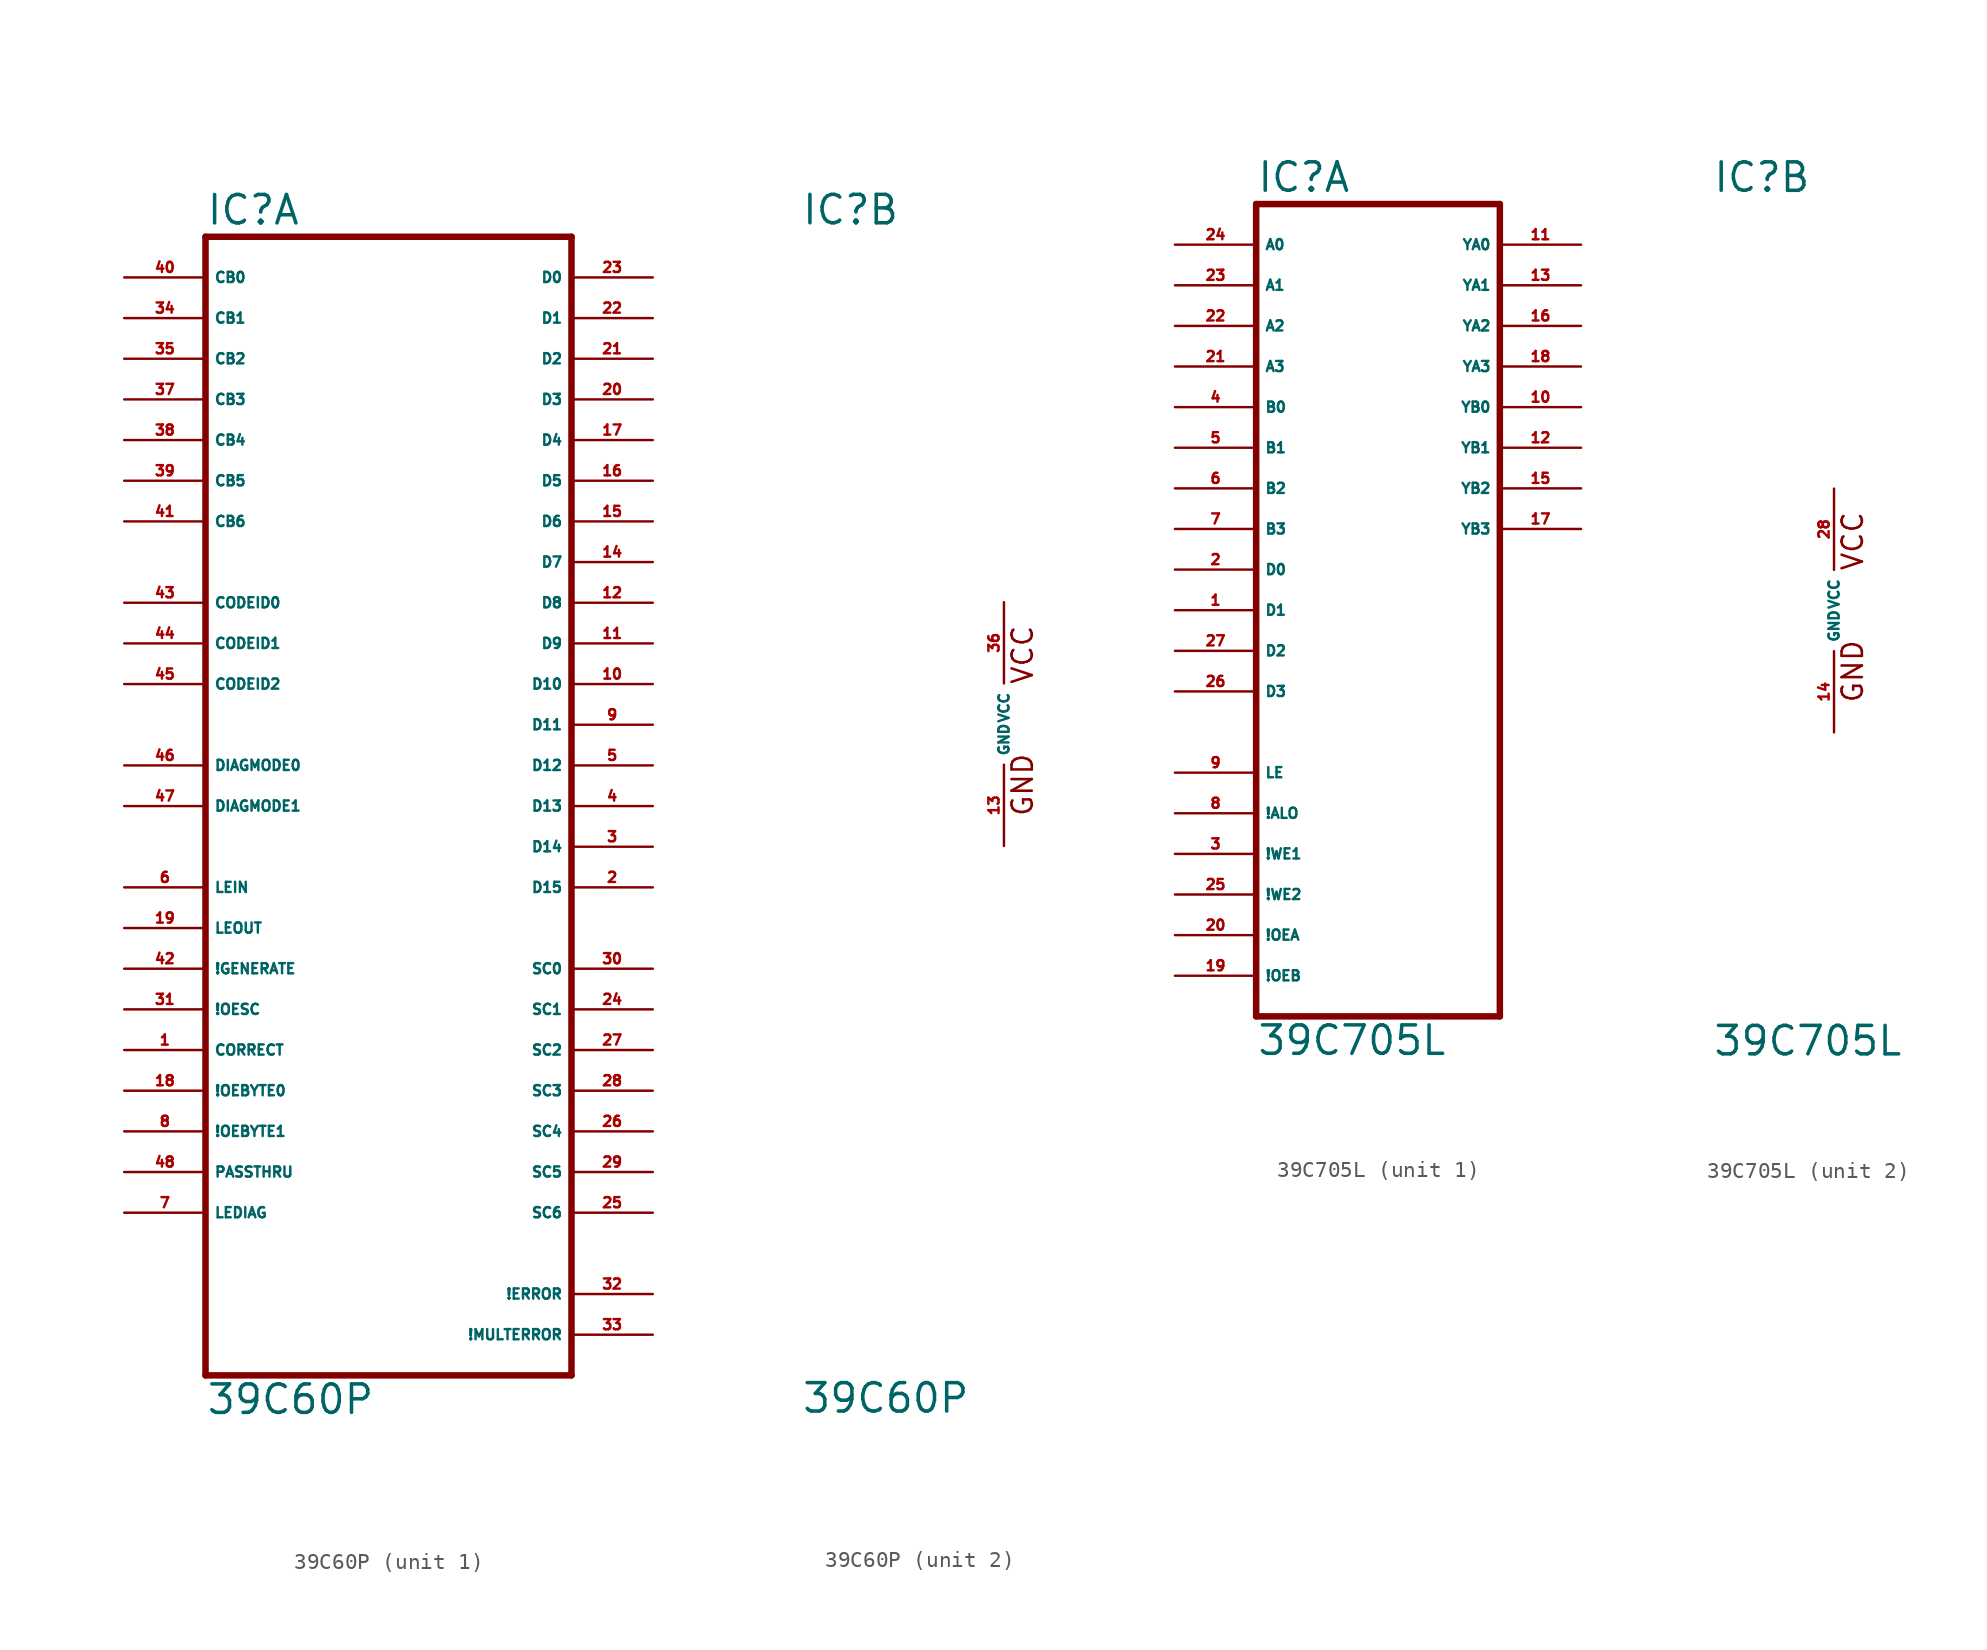
<source format=kicad_sym>
(kicad_symbol_lib
  (version 20220914)
  (generator Eagle2Kicad)
  (symbol "39C60P"
    (property "Reference" "IC"
      (at -12.7 31.115 0)
      (effects (font (size 1.778 1.778) (thickness 0.22)) (justify left bottom)))
    (property "Value" "39C60P"
      (at -12.7 -43.18 0)
      (effects (font (size 1.778 1.778) (thickness 0.22)) (justify left bottom)))
    (symbol "39C60P_1_0"
      (polyline (pts (xy -12.7 -40.64) (xy 10.16 -40.64)) (stroke (width 0.406) (type default)) (fill (type none)))
      (polyline (pts (xy 10.16 -40.64) (xy 10.16 30.48)) (stroke (width 0.406) (type default)) (fill (type none)))
      (polyline (pts (xy 10.16 30.48) (xy -12.7 30.48)) (stroke (width 0.406) (type default)) (fill (type none)))
      (polyline (pts (xy -12.7 30.48) (xy -12.7 -40.64)) (stroke (width 0.406) (type default)) (fill (type none)))
      (pin input line (at -17.78 27.94 0) (length 5.08) (name "CB0" (effects (font (size 0.635 0.635) (thickness 0.08)) (justify left bottom))) (number "40" (effects (font (size 0.635 0.635) (thickness 0.08)) (justify left bottom))))
      (pin input line (at -17.78 25.4 0) (length 5.08) (name "CB1" (effects (font (size 0.635 0.635) (thickness 0.08)) (justify left bottom))) (number "34" (effects (font (size 0.635 0.635) (thickness 0.08)) (justify left bottom))))
      (pin input line (at -17.78 22.86 0) (length 5.08) (name "CB2" (effects (font (size 0.635 0.635) (thickness 0.08)) (justify left bottom))) (number "35" (effects (font (size 0.635 0.635) (thickness 0.08)) (justify left bottom))))
      (pin input line (at -17.78 20.32 0) (length 5.08) (name "CB3" (effects (font (size 0.635 0.635) (thickness 0.08)) (justify left bottom))) (number "37" (effects (font (size 0.635 0.635) (thickness 0.08)) (justify left bottom))))
      (pin input line (at -17.78 17.78 0) (length 5.08) (name "CB4" (effects (font (size 0.635 0.635) (thickness 0.08)) (justify left bottom))) (number "38" (effects (font (size 0.635 0.635) (thickness 0.08)) (justify left bottom))))
      (pin input line (at -17.78 15.24 0) (length 5.08) (name "CB5" (effects (font (size 0.635 0.635) (thickness 0.08)) (justify left bottom))) (number "39" (effects (font (size 0.635 0.635) (thickness 0.08)) (justify left bottom))))
      (pin input line (at -17.78 12.7 0) (length 5.08) (name "CB6" (effects (font (size 0.635 0.635) (thickness 0.08)) (justify left bottom))) (number "41" (effects (font (size 0.635 0.635) (thickness 0.08)) (justify left bottom))))
      (pin input line (at -17.78 7.62 0) (length 5.08) (name "CODEID0" (effects (font (size 0.635 0.635) (thickness 0.08)) (justify left bottom))) (number "43" (effects (font (size 0.635 0.635) (thickness 0.08)) (justify left bottom))))
      (pin input line (at -17.78 5.08 0) (length 5.08) (name "CODEID1" (effects (font (size 0.635 0.635) (thickness 0.08)) (justify left bottom))) (number "44" (effects (font (size 0.635 0.635) (thickness 0.08)) (justify left bottom))))
      (pin input line (at -17.78 2.54 0) (length 5.08) (name "CODEID2" (effects (font (size 0.635 0.635) (thickness 0.08)) (justify left bottom))) (number "45" (effects (font (size 0.635 0.635) (thickness 0.08)) (justify left bottom))))
      (pin input line (at -17.78 -2.54 0) (length 5.08) (name "DIAGMODE0" (effects (font (size 0.635 0.635) (thickness 0.08)) (justify left bottom))) (number "46" (effects (font (size 0.635 0.635) (thickness 0.08)) (justify left bottom))))
      (pin input line (at -17.78 -5.08 0) (length 5.08) (name "DIAGMODE1" (effects (font (size 0.635 0.635) (thickness 0.08)) (justify left bottom))) (number "47" (effects (font (size 0.635 0.635) (thickness 0.08)) (justify left bottom))))
      (pin input line (at -17.78 -10.16 0) (length 5.08) (name "LEIN" (effects (font (size 0.635 0.635) (thickness 0.08)) (justify left bottom))) (number "6" (effects (font (size 0.635 0.635) (thickness 0.08)) (justify left bottom))))
      (pin input line (at -17.78 -15.24 0) (length 5.08) (name "!GENERATE" (effects (font (size 0.635 0.635) (thickness 0.08)) (justify left bottom))) (number "42" (effects (font (size 0.635 0.635) (thickness 0.08)) (justify left bottom))))
      (pin input line (at -17.78 -17.78 0) (length 5.08) (name "!OESC" (effects (font (size 0.635 0.635) (thickness 0.08)) (justify left bottom))) (number "31" (effects (font (size 0.635 0.635) (thickness 0.08)) (justify left bottom))))
      (pin input line (at -17.78 -20.32 0) (length 5.08) (name "CORRECT" (effects (font (size 0.635 0.635) (thickness 0.08)) (justify left bottom))) (number "1" (effects (font (size 0.635 0.635) (thickness 0.08)) (justify left bottom))))
      (pin input line (at -17.78 -12.7 0) (length 5.08) (name "LEOUT" (effects (font (size 0.635 0.635) (thickness 0.08)) (justify left bottom))) (number "19" (effects (font (size 0.635 0.635) (thickness 0.08)) (justify left bottom))))
      (pin input line (at -17.78 -22.86 0) (length 5.08) (name "!OEBYTE0" (effects (font (size 0.635 0.635) (thickness 0.08)) (justify left bottom))) (number "18" (effects (font (size 0.635 0.635) (thickness 0.08)) (justify left bottom))))
      (pin input line (at -17.78 -25.4 0) (length 5.08) (name "!OEBYTE1" (effects (font (size 0.635 0.635) (thickness 0.08)) (justify left bottom))) (number "8" (effects (font (size 0.635 0.635) (thickness 0.08)) (justify left bottom))))
      (pin input line (at -17.78 -27.94 0) (length 5.08) (name "PASSTHRU" (effects (font (size 0.635 0.635) (thickness 0.08)) (justify left bottom))) (number "48" (effects (font (size 0.635 0.635) (thickness 0.08)) (justify left bottom))))
      (pin input line (at -17.78 -30.48 0) (length 5.08) (name "LEDIAG" (effects (font (size 0.635 0.635) (thickness 0.08)) (justify left bottom))) (number "7" (effects (font (size 0.635 0.635) (thickness 0.08)) (justify left bottom))))
      (pin bidirectional line (at 15.24 27.94 180) (length 5.08) (name "D0" (effects (font (size 0.635 0.635) (thickness 0.08)) (justify left bottom))) (number "23" (effects (font (size 0.635 0.635) (thickness 0.08)) (justify left bottom))))
      (pin bidirectional line (at 15.24 25.4 180) (length 5.08) (name "D1" (effects (font (size 0.635 0.635) (thickness 0.08)) (justify left bottom))) (number "22" (effects (font (size 0.635 0.635) (thickness 0.08)) (justify left bottom))))
      (pin bidirectional line (at 15.24 22.86 180) (length 5.08) (name "D2" (effects (font (size 0.635 0.635) (thickness 0.08)) (justify left bottom))) (number "21" (effects (font (size 0.635 0.635) (thickness 0.08)) (justify left bottom))))
      (pin bidirectional line (at 15.24 20.32 180) (length 5.08) (name "D3" (effects (font (size 0.635 0.635) (thickness 0.08)) (justify left bottom))) (number "20" (effects (font (size 0.635 0.635) (thickness 0.08)) (justify left bottom))))
      (pin bidirectional line (at 15.24 17.78 180) (length 5.08) (name "D4" (effects (font (size 0.635 0.635) (thickness 0.08)) (justify left bottom))) (number "17" (effects (font (size 0.635 0.635) (thickness 0.08)) (justify left bottom))))
      (pin bidirectional line (at 15.24 15.24 180) (length 5.08) (name "D5" (effects (font (size 0.635 0.635) (thickness 0.08)) (justify left bottom))) (number "16" (effects (font (size 0.635 0.635) (thickness 0.08)) (justify left bottom))))
      (pin bidirectional line (at 15.24 12.7 180) (length 5.08) (name "D6" (effects (font (size 0.635 0.635) (thickness 0.08)) (justify left bottom))) (number "15" (effects (font (size 0.635 0.635) (thickness 0.08)) (justify left bottom))))
      (pin bidirectional line (at 15.24 10.16 180) (length 5.08) (name "D7" (effects (font (size 0.635 0.635) (thickness 0.08)) (justify left bottom))) (number "14" (effects (font (size 0.635 0.635) (thickness 0.08)) (justify left bottom))))
      (pin bidirectional line (at 15.24 7.62 180) (length 5.08) (name "D8" (effects (font (size 0.635 0.635) (thickness 0.08)) (justify left bottom))) (number "12" (effects (font (size 0.635 0.635) (thickness 0.08)) (justify left bottom))))
      (pin bidirectional line (at 15.24 5.08 180) (length 5.08) (name "D9" (effects (font (size 0.635 0.635) (thickness 0.08)) (justify left bottom))) (number "11" (effects (font (size 0.635 0.635) (thickness 0.08)) (justify left bottom))))
      (pin bidirectional line (at 15.24 2.54 180) (length 5.08) (name "D10" (effects (font (size 0.635 0.635) (thickness 0.08)) (justify left bottom))) (number "10" (effects (font (size 0.635 0.635) (thickness 0.08)) (justify left bottom))))
      (pin bidirectional line (at 15.24 0 180) (length 5.08) (name "D11" (effects (font (size 0.635 0.635) (thickness 0.08)) (justify left bottom))) (number "9" (effects (font (size 0.635 0.635) (thickness 0.08)) (justify left bottom))))
      (pin bidirectional line (at 15.24 -2.54 180) (length 5.08) (name "D12" (effects (font (size 0.635 0.635) (thickness 0.08)) (justify left bottom))) (number "5" (effects (font (size 0.635 0.635) (thickness 0.08)) (justify left bottom))))
      (pin bidirectional line (at 15.24 -5.08 180) (length 5.08) (name "D13" (effects (font (size 0.635 0.635) (thickness 0.08)) (justify left bottom))) (number "4" (effects (font (size 0.635 0.635) (thickness 0.08)) (justify left bottom))))
      (pin bidirectional line (at 15.24 -7.62 180) (length 5.08) (name "D14" (effects (font (size 0.635 0.635) (thickness 0.08)) (justify left bottom))) (number "3" (effects (font (size 0.635 0.635) (thickness 0.08)) (justify left bottom))))
      (pin bidirectional line (at 15.24 -10.16 180) (length 5.08) (name "D15" (effects (font (size 0.635 0.635) (thickness 0.08)) (justify left bottom))) (number "2" (effects (font (size 0.635 0.635) (thickness 0.08)) (justify left bottom))))
      (pin output line (at 15.24 -15.24 180) (length 5.08) (name "SC0" (effects (font (size 0.635 0.635) (thickness 0.08)) (justify left bottom))) (number "30" (effects (font (size 0.635 0.635) (thickness 0.08)) (justify left bottom))))
      (pin output line (at 15.24 -17.78 180) (length 5.08) (name "SC1" (effects (font (size 0.635 0.635) (thickness 0.08)) (justify left bottom))) (number "24" (effects (font (size 0.635 0.635) (thickness 0.08)) (justify left bottom))))
      (pin output line (at 15.24 -20.32 180) (length 5.08) (name "SC2" (effects (font (size 0.635 0.635) (thickness 0.08)) (justify left bottom))) (number "27" (effects (font (size 0.635 0.635) (thickness 0.08)) (justify left bottom))))
      (pin output line (at 15.24 -22.86 180) (length 5.08) (name "SC3" (effects (font (size 0.635 0.635) (thickness 0.08)) (justify left bottom))) (number "28" (effects (font (size 0.635 0.635) (thickness 0.08)) (justify left bottom))))
      (pin output line (at 15.24 -25.4 180) (length 5.08) (name "SC4" (effects (font (size 0.635 0.635) (thickness 0.08)) (justify left bottom))) (number "26" (effects (font (size 0.635 0.635) (thickness 0.08)) (justify left bottom))))
      (pin output line (at 15.24 -27.94 180) (length 5.08) (name "SC5" (effects (font (size 0.635 0.635) (thickness 0.08)) (justify left bottom))) (number "29" (effects (font (size 0.635 0.635) (thickness 0.08)) (justify left bottom))))
      (pin output line (at 15.24 -30.48 180) (length 5.08) (name "SC6" (effects (font (size 0.635 0.635) (thickness 0.08)) (justify left bottom))) (number "25" (effects (font (size 0.635 0.635) (thickness 0.08)) (justify left bottom))))
      (pin output line (at 15.24 -35.56 180) (length 5.08) (name "!ERROR" (effects (font (size 0.635 0.635) (thickness 0.08)) (justify left bottom))) (number "32" (effects (font (size 0.635 0.635) (thickness 0.08)) (justify left bottom))))
      (pin output line (at 15.24 -38.1 180) (length 5.08) (name "!MULTERROR" (effects (font (size 0.635 0.635) (thickness 0.08)) (justify left bottom))) (number "33" (effects (font (size 0.635 0.635) (thickness 0.08)) (justify left bottom)))))
    (symbol "39C60P_2_0"
      (text "GND" (at 1.905 -5.842 900) (effects (font (size 1.27 1.27) (thickness 0.16)) (justify left bottom)))
      (text "VCC" (at 1.905 2.413 900) (effects (font (size 1.27 1.27) (thickness 0.16)) (justify left bottom)))
      (pin unspecified line (at 0 7.62 270) (length 5.08) (name "VCC" (effects (font (size 0.635 0.635) (thickness 0.08)) (justify left bottom))) (number "36" (effects (font (size 0.635 0.635) (thickness 0.08)) (justify left bottom))))
      (pin unspecified line (at 0 -7.62 90) (length 5.08) (name "GND" (effects (font (size 0.635 0.635) (thickness 0.08)) (justify left bottom))) (number "13" (effects (font (size 0.635 0.635) (thickness 0.08)) (justify left bottom))))))
  (symbol "39C705L"
    (property "Reference" "IC"
      (at -7.62 26.035 0)
      (effects (font (size 1.778 1.778) (thickness 0.22)) (justify left bottom)))
    (property "Value" "39C705L"
      (at -7.62 -27.94 0)
      (effects (font (size 1.778 1.778) (thickness 0.22)) (justify left bottom)))
    (symbol "39C705L_1_0"
      (polyline (pts (xy -7.62 -25.4) (xy 7.62 -25.4)) (stroke (width 0.406) (type default)) (fill (type none)))
      (polyline (pts (xy 7.62 -25.4) (xy 7.62 25.4)) (stroke (width 0.406) (type default)) (fill (type none)))
      (polyline (pts (xy 7.62 25.4) (xy -7.62 25.4)) (stroke (width 0.406) (type default)) (fill (type none)))
      (polyline (pts (xy -7.62 25.4) (xy -7.62 -25.4)) (stroke (width 0.406) (type default)) (fill (type none)))
      (pin input line (at -12.7 22.86 0) (length 5.08) (name "A0" (effects (font (size 0.635 0.635) (thickness 0.08)) (justify left bottom))) (number "24" (effects (font (size 0.635 0.635) (thickness 0.08)) (justify left bottom))))
      (pin input line (at -12.7 20.32 0) (length 5.08) (name "A1" (effects (font (size 0.635 0.635) (thickness 0.08)) (justify left bottom))) (number "23" (effects (font (size 0.635 0.635) (thickness 0.08)) (justify left bottom))))
      (pin input line (at -12.7 17.78 0) (length 5.08) (name "A2" (effects (font (size 0.635 0.635) (thickness 0.08)) (justify left bottom))) (number "22" (effects (font (size 0.635 0.635) (thickness 0.08)) (justify left bottom))))
      (pin input line (at -12.7 15.24 0) (length 5.08) (name "A3" (effects (font (size 0.635 0.635) (thickness 0.08)) (justify left bottom))) (number "21" (effects (font (size 0.635 0.635) (thickness 0.08)) (justify left bottom))))
      (pin input line (at -12.7 12.7 0) (length 5.08) (name "B0" (effects (font (size 0.635 0.635) (thickness 0.08)) (justify left bottom))) (number "4" (effects (font (size 0.635 0.635) (thickness 0.08)) (justify left bottom))))
      (pin input line (at -12.7 10.16 0) (length 5.08) (name "B1" (effects (font (size 0.635 0.635) (thickness 0.08)) (justify left bottom))) (number "5" (effects (font (size 0.635 0.635) (thickness 0.08)) (justify left bottom))))
      (pin input line (at -12.7 7.62 0) (length 5.08) (name "B2" (effects (font (size 0.635 0.635) (thickness 0.08)) (justify left bottom))) (number "6" (effects (font (size 0.635 0.635) (thickness 0.08)) (justify left bottom))))
      (pin input line (at -12.7 5.08 0) (length 5.08) (name "B3" (effects (font (size 0.635 0.635) (thickness 0.08)) (justify left bottom))) (number "7" (effects (font (size 0.635 0.635) (thickness 0.08)) (justify left bottom))))
      (pin input line (at -12.7 2.54 0) (length 5.08) (name "D0" (effects (font (size 0.635 0.635) (thickness 0.08)) (justify left bottom))) (number "2" (effects (font (size 0.635 0.635) (thickness 0.08)) (justify left bottom))))
      (pin input line (at -12.7 0 0) (length 5.08) (name "D1" (effects (font (size 0.635 0.635) (thickness 0.08)) (justify left bottom))) (number "1" (effects (font (size 0.635 0.635) (thickness 0.08)) (justify left bottom))))
      (pin input line (at -12.7 -2.54 0) (length 5.08) (name "D2" (effects (font (size 0.635 0.635) (thickness 0.08)) (justify left bottom))) (number "27" (effects (font (size 0.635 0.635) (thickness 0.08)) (justify left bottom))))
      (pin input line (at -12.7 -5.08 0) (length 5.08) (name "D3" (effects (font (size 0.635 0.635) (thickness 0.08)) (justify left bottom))) (number "26" (effects (font (size 0.635 0.635) (thickness 0.08)) (justify left bottom))))
      (pin input line (at -12.7 -10.16 0) (length 5.08) (name "LE" (effects (font (size 0.635 0.635) (thickness 0.08)) (justify left bottom))) (number "9" (effects (font (size 0.635 0.635) (thickness 0.08)) (justify left bottom))))
      (pin input line (at -12.7 -12.7 0) (length 5.08) (name "!ALO" (effects (font (size 0.635 0.635) (thickness 0.08)) (justify left bottom))) (number "8" (effects (font (size 0.635 0.635) (thickness 0.08)) (justify left bottom))))
      (pin input line (at -12.7 -15.24 0) (length 5.08) (name "!WE1" (effects (font (size 0.635 0.635) (thickness 0.08)) (justify left bottom))) (number "3" (effects (font (size 0.635 0.635) (thickness 0.08)) (justify left bottom))))
      (pin input line (at -12.7 -17.78 0) (length 5.08) (name "!WE2" (effects (font (size 0.635 0.635) (thickness 0.08)) (justify left bottom))) (number "25" (effects (font (size 0.635 0.635) (thickness 0.08)) (justify left bottom))))
      (pin input line (at -12.7 -20.32 0) (length 5.08) (name "!OEA" (effects (font (size 0.635 0.635) (thickness 0.08)) (justify left bottom))) (number "20" (effects (font (size 0.635 0.635) (thickness 0.08)) (justify left bottom))))
      (pin input line (at -12.7 -22.86 0) (length 5.08) (name "!OEB" (effects (font (size 0.635 0.635) (thickness 0.08)) (justify left bottom))) (number "19" (effects (font (size 0.635 0.635) (thickness 0.08)) (justify left bottom))))
      (pin output line (at 12.7 22.86 180) (length 5.08) (name "YA0" (effects (font (size 0.635 0.635) (thickness 0.08)) (justify left bottom))) (number "11" (effects (font (size 0.635 0.635) (thickness 0.08)) (justify left bottom))))
      (pin output line (at 12.7 20.32 180) (length 5.08) (name "YA1" (effects (font (size 0.635 0.635) (thickness 0.08)) (justify left bottom))) (number "13" (effects (font (size 0.635 0.635) (thickness 0.08)) (justify left bottom))))
      (pin output line (at 12.7 17.78 180) (length 5.08) (name "YA2" (effects (font (size 0.635 0.635) (thickness 0.08)) (justify left bottom))) (number "16" (effects (font (size 0.635 0.635) (thickness 0.08)) (justify left bottom))))
      (pin output line (at 12.7 15.24 180) (length 5.08) (name "YA3" (effects (font (size 0.635 0.635) (thickness 0.08)) (justify left bottom))) (number "18" (effects (font (size 0.635 0.635) (thickness 0.08)) (justify left bottom))))
      (pin output line (at 12.7 12.7 180) (length 5.08) (name "YB0" (effects (font (size 0.635 0.635) (thickness 0.08)) (justify left bottom))) (number "10" (effects (font (size 0.635 0.635) (thickness 0.08)) (justify left bottom))))
      (pin output line (at 12.7 10.16 180) (length 5.08) (name "YB1" (effects (font (size 0.635 0.635) (thickness 0.08)) (justify left bottom))) (number "12" (effects (font (size 0.635 0.635) (thickness 0.08)) (justify left bottom))))
      (pin output line (at 12.7 7.62 180) (length 5.08) (name "YB2" (effects (font (size 0.635 0.635) (thickness 0.08)) (justify left bottom))) (number "15" (effects (font (size 0.635 0.635) (thickness 0.08)) (justify left bottom))))
      (pin output line (at 12.7 5.08 180) (length 5.08) (name "YB3" (effects (font (size 0.635 0.635) (thickness 0.08)) (justify left bottom))) (number "17" (effects (font (size 0.635 0.635) (thickness 0.08)) (justify left bottom)))))
    (symbol "39C705L_2_0"
      (text "GND" (at 1.905 -5.842 900) (effects (font (size 1.27 1.27) (thickness 0.16)) (justify left bottom)))
      (text "VCC" (at 1.905 2.413 900) (effects (font (size 1.27 1.27) (thickness 0.16)) (justify left bottom)))
      (pin unspecified line (at 0 7.62 270) (length 5.08) (name "VCC" (effects (font (size 0.635 0.635) (thickness 0.08)) (justify left bottom))) (number "28" (effects (font (size 0.635 0.635) (thickness 0.08)) (justify left bottom))))
      (pin unspecified line (at 0 -7.62 90) (length 5.08) (name "GND" (effects (font (size 0.635 0.635) (thickness 0.08)) (justify left bottom))) (number "14" (effects (font (size 0.635 0.635) (thickness 0.08)) (justify left bottom)))))))
</source>
